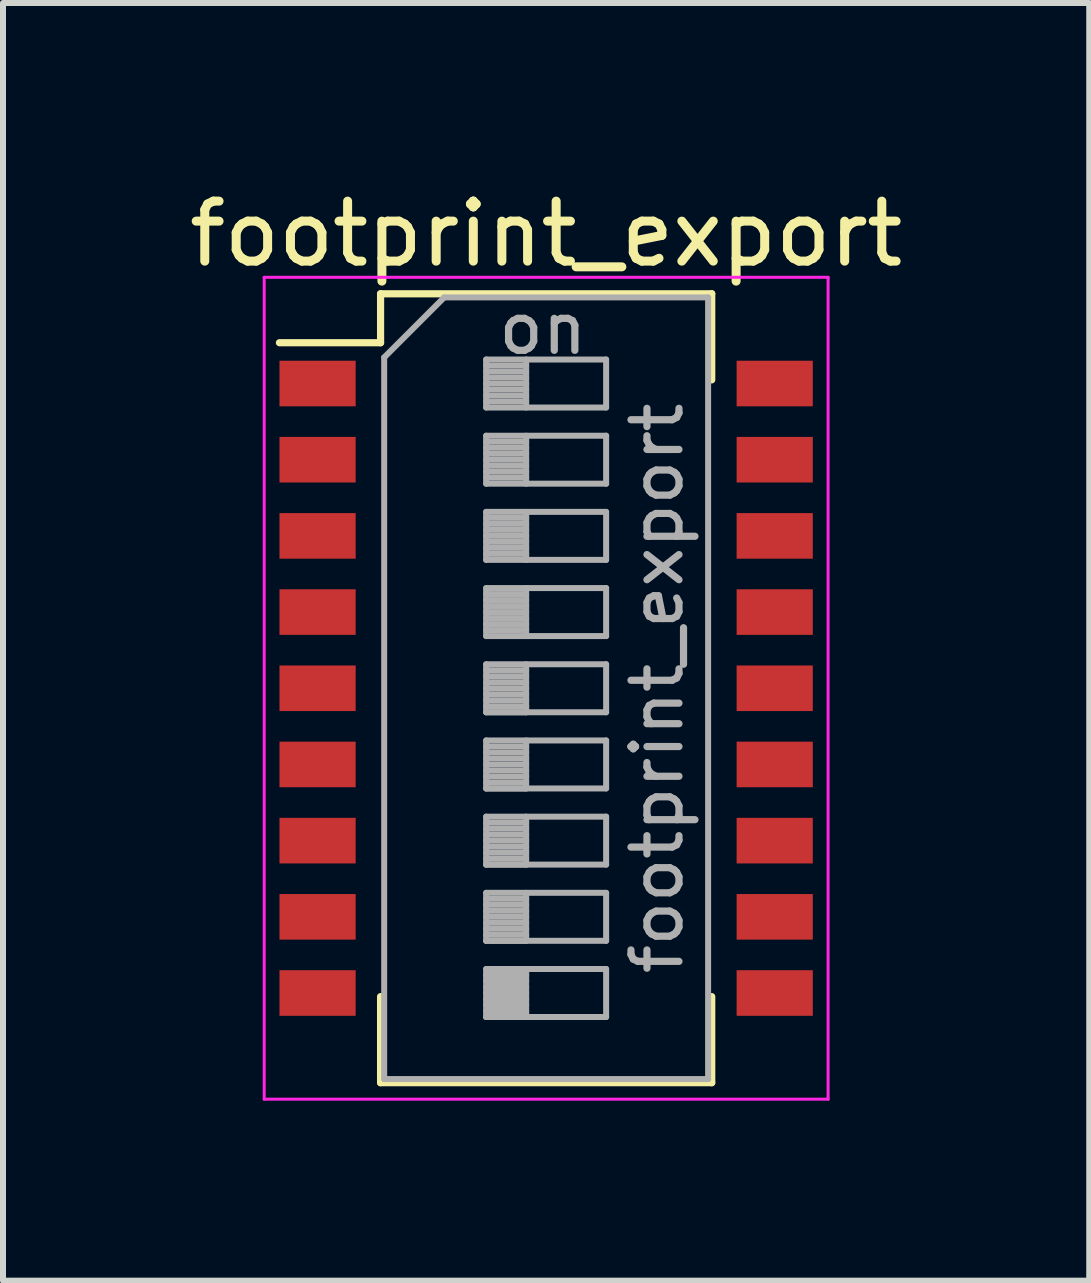
<source format=kicad_pcb>
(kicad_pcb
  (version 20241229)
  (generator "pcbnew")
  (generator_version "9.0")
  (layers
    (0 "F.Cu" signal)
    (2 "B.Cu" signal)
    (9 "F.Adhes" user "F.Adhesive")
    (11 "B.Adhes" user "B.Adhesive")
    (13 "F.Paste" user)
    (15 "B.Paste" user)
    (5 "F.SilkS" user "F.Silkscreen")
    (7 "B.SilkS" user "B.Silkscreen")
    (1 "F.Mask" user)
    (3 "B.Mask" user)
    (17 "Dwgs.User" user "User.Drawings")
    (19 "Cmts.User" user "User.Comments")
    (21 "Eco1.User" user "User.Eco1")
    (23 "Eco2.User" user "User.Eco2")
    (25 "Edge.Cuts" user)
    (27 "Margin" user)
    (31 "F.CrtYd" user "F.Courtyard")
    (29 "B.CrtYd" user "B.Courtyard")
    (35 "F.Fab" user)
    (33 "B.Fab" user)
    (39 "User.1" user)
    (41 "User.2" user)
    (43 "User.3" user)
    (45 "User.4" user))
  (footprint "footprint_export"
    (layer "F.Cu")
    (at 6.054 8.423)
    (property "Reference" "footprint_export" (at 0 -7.575 0) (layer "F.SilkS") (effects (font (size 1 1) (thickness 0.15))))
    (attr smd)
    (fp_line (start -4.446 -5.76) (end -2.76 -5.76) (stroke (width 0.12) (type solid)) (layer "F.SilkS"))
    (fp_line (start -2.76 -6.576) (end -2.76 -5.76) (stroke (width 0.12) (type solid)) (layer "F.SilkS"))
    (fp_line (start -2.76 -6.576) (end 2.76 -6.576) (stroke (width 0.12) (type solid)) (layer "F.SilkS"))
    (fp_line (start -2.76 5.14) (end -2.76 6.575) (stroke (width 0.12) (type solid)) (layer "F.SilkS"))
    (fp_line (start -2.76 6.575) (end 2.76 6.575) (stroke (width 0.12) (type solid)) (layer "F.SilkS"))
    (fp_line (start 2.76 -6.576) (end 2.76 -5.141) (stroke (width 0.12) (type solid)) (layer "F.SilkS"))
    (fp_line (start 2.76 5.14) (end 2.76 6.575) (stroke (width 0.12) (type solid)) (layer "F.SilkS"))
    (fp_line (start -4.7 -6.85) (end -4.7 6.85) (stroke (width 0.05) (type solid)) (layer "F.CrtYd"))
    (fp_line (start -4.7 6.85) (end 4.7 6.85) (stroke (width 0.05) (type solid)) (layer "F.CrtYd"))
    (fp_line (start 4.7 -6.85) (end -4.7 -6.85) (stroke (width 0.05) (type solid)) (layer "F.CrtYd"))
    (fp_line (start 4.7 6.85) (end 4.7 -6.85) (stroke (width 0.05) (type solid)) (layer "F.CrtYd"))
    (fp_line (start -2.7 -5.515) (end -1.7 -6.515) (stroke (width 0.1) (type solid)) (layer "F.Fab"))
    (fp_line (start -2.7 6.515) (end -2.7 -5.515) (stroke (width 0.1) (type solid)) (layer "F.Fab"))
    (fp_line (start -1.7 -6.515) (end 2.7 -6.515) (stroke (width 0.1) (type solid)) (layer "F.Fab"))
    (fp_line (start -1 -5.48) (end -1 -4.68) (stroke (width 0.1) (type solid)) (layer "F.Fab"))
    (fp_line (start -1 -5.38) (end -0.333 -5.38) (stroke (width 0.1) (type solid)) (layer "F.Fab"))
    (fp_line (start -1 -5.28) (end -0.333 -5.28) (stroke (width 0.1) (type solid)) (layer "F.Fab"))
    (fp_line (start -1 -5.18) (end -0.333 -5.18) (stroke (width 0.1) (type solid)) (layer "F.Fab"))
    (fp_line (start -1 -5.08) (end -0.333 -5.08) (stroke (width 0.1) (type solid)) (layer "F.Fab"))
    (fp_line (start -1 -4.98) (end -0.333 -4.98) (stroke (width 0.1) (type solid)) (layer "F.Fab"))
    (fp_line (start -1 -4.88) (end -0.333 -4.88) (stroke (width 0.1) (type solid)) (layer "F.Fab"))
    (fp_line (start -1 -4.78) (end -0.333 -4.78) (stroke (width 0.1) (type solid)) (layer "F.Fab"))
    (fp_line (start -1 -4.68) (end 1 -4.68) (stroke (width 0.1) (type solid)) (layer "F.Fab"))
    (fp_line (start -1 -4.21) (end -1 -3.41) (stroke (width 0.1) (type solid)) (layer "F.Fab"))
    (fp_line (start -1 -4.11) (end -0.333 -4.11) (stroke (width 0.1) (type solid)) (layer "F.Fab"))
    (fp_line (start -1 -4.01) (end -0.333 -4.01) (stroke (width 0.1) (type solid)) (layer "F.Fab"))
    (fp_line (start -1 -3.91) (end -0.333 -3.91) (stroke (width 0.1) (type solid)) (layer "F.Fab"))
    (fp_line (start -1 -3.81) (end -0.333 -3.81) (stroke (width 0.1) (type solid)) (layer "F.Fab"))
    (fp_line (start -1 -3.71) (end -0.333 -3.71) (stroke (width 0.1) (type solid)) (layer "F.Fab"))
    (fp_line (start -1 -3.61) (end -0.333 -3.61) (stroke (width 0.1) (type solid)) (layer "F.Fab"))
    (fp_line (start -1 -3.51) (end -0.333 -3.51) (stroke (width 0.1) (type solid)) (layer "F.Fab"))
    (fp_line (start -1 -3.41) (end 1 -3.41) (stroke (width 0.1) (type solid)) (layer "F.Fab"))
    (fp_line (start -1 -2.94) (end -1 -2.14) (stroke (width 0.1) (type solid)) (layer "F.Fab"))
    (fp_line (start -1 -2.84) (end -0.333 -2.84) (stroke (width 0.1) (type solid)) (layer "F.Fab"))
    (fp_line (start -1 -2.74) (end -0.333 -2.74) (stroke (width 0.1) (type solid)) (layer "F.Fab"))
    (fp_line (start -1 -2.64) (end -0.333 -2.64) (stroke (width 0.1) (type solid)) (layer "F.Fab"))
    (fp_line (start -1 -2.54) (end -0.333 -2.54) (stroke (width 0.1) (type solid)) (layer "F.Fab"))
    (fp_line (start -1 -2.44) (end -0.333 -2.44) (stroke (width 0.1) (type solid)) (layer "F.Fab"))
    (fp_line (start -1 -2.34) (end -0.333 -2.34) (stroke (width 0.1) (type solid)) (layer "F.Fab"))
    (fp_line (start -1 -2.24) (end -0.333 -2.24) (stroke (width 0.1) (type solid)) (layer "F.Fab"))
    (fp_line (start -1 -2.14) (end 1 -2.14) (stroke (width 0.1) (type solid)) (layer "F.Fab"))
    (fp_line (start -1 -1.67) (end -1 -0.87) (stroke (width 0.1) (type solid)) (layer "F.Fab"))
    (fp_line (start -1 -1.57) (end -0.333 -1.57) (stroke (width 0.1) (type solid)) (layer "F.Fab"))
    (fp_line (start -1 -1.47) (end -0.333 -1.47) (stroke (width 0.1) (type solid)) (layer "F.Fab"))
    (fp_line (start -1 -1.37) (end -0.333 -1.37) (stroke (width 0.1) (type solid)) (layer "F.Fab"))
    (fp_line (start -1 -1.27) (end -0.333 -1.27) (stroke (width 0.1) (type solid)) (layer "F.Fab"))
    (fp_line (start -1 -1.17) (end -0.333 -1.17) (stroke (width 0.1) (type solid)) (layer "F.Fab"))
    (fp_line (start -1 -1.07) (end -0.333 -1.07) (stroke (width 0.1) (type solid)) (layer "F.Fab"))
    (fp_line (start -1 -0.97) (end -0.333 -0.97) (stroke (width 0.1) (type solid)) (layer "F.Fab"))
    (fp_line (start -1 -0.87) (end 1 -0.87) (stroke (width 0.1) (type solid)) (layer "F.Fab"))
    (fp_line (start -1 -0.4) (end -1 0.4) (stroke (width 0.1) (type solid)) (layer "F.Fab"))
    (fp_line (start -1 -0.3) (end -0.333 -0.3) (stroke (width 0.1) (type solid)) (layer "F.Fab"))
    (fp_line (start -1 -0.2) (end -0.333 -0.2) (stroke (width 0.1) (type solid)) (layer "F.Fab"))
    (fp_line (start -1 -0.1) (end -0.333 -0.1) (stroke (width 0.1) (type solid)) (layer "F.Fab"))
    (fp_line (start -1 0) (end -0.333 0) (stroke (width 0.1) (type solid)) (layer "F.Fab"))
    (fp_line (start -1 0.1) (end -0.333 0.1) (stroke (width 0.1) (type solid)) (layer "F.Fab"))
    (fp_line (start -1 0.2) (end -0.333 0.2) (stroke (width 0.1) (type solid)) (layer "F.Fab"))
    (fp_line (start -1 0.3) (end -0.333 0.3) (stroke (width 0.1) (type solid)) (layer "F.Fab"))
    (fp_line (start -1 0.4) (end -0.333 0.4) (stroke (width 0.1) (type solid)) (layer "F.Fab"))
    (fp_line (start -1 0.4) (end 1 0.4) (stroke (width 0.1) (type solid)) (layer "F.Fab"))
    (fp_line (start -1 0.87) (end -1 1.67) (stroke (width 0.1) (type solid)) (layer "F.Fab"))
    (fp_line (start -1 0.97) (end -0.333 0.97) (stroke (width 0.1) (type solid)) (layer "F.Fab"))
    (fp_line (start -1 1.07) (end -0.333 1.07) (stroke (width 0.1) (type solid)) (layer "F.Fab"))
    (fp_line (start -1 1.17) (end -0.333 1.17) (stroke (width 0.1) (type solid)) (layer "F.Fab"))
    (fp_line (start -1 1.27) (end -0.333 1.27) (stroke (width 0.1) (type solid)) (layer "F.Fab"))
    (fp_line (start -1 1.37) (end -0.333 1.37) (stroke (width 0.1) (type solid)) (layer "F.Fab"))
    (fp_line (start -1 1.47) (end -0.333 1.47) (stroke (width 0.1) (type solid)) (layer "F.Fab"))
    (fp_line (start -1 1.57) (end -0.333 1.57) (stroke (width 0.1) (type solid)) (layer "F.Fab"))
    (fp_line (start -1 1.67) (end -0.333 1.67) (stroke (width 0.1) (type solid)) (layer "F.Fab"))
    (fp_line (start -1 1.67) (end 1 1.67) (stroke (width 0.1) (type solid)) (layer "F.Fab"))
    (fp_line (start -1 2.14) (end -1 2.94) (stroke (width 0.1) (type solid)) (layer "F.Fab"))
    (fp_line (start -1 2.24) (end -0.333 2.24) (stroke (width 0.1) (type solid)) (layer "F.Fab"))
    (fp_line (start -1 2.34) (end -0.333 2.34) (stroke (width 0.1) (type solid)) (layer "F.Fab"))
    (fp_line (start -1 2.44) (end -0.333 2.44) (stroke (width 0.1) (type solid)) (layer "F.Fab"))
    (fp_line (start -1 2.54) (end -0.333 2.54) (stroke (width 0.1) (type solid)) (layer "F.Fab"))
    (fp_line (start -1 2.64) (end -0.333 2.64) (stroke (width 0.1) (type solid)) (layer "F.Fab"))
    (fp_line (start -1 2.74) (end -0.333 2.74) (stroke (width 0.1) (type solid)) (layer "F.Fab"))
    (fp_line (start -1 2.84) (end -0.333 2.84) (stroke (width 0.1) (type solid)) (layer "F.Fab"))
    (fp_line (start -1 2.94) (end -0.333 2.94) (stroke (width 0.1) (type solid)) (layer "F.Fab"))
    (fp_line (start -1 2.94) (end 1 2.94) (stroke (width 0.1) (type solid)) (layer "F.Fab"))
    (fp_line (start -1 3.41) (end -1 4.21) (stroke (width 0.1) (type solid)) (layer "F.Fab"))
    (fp_line (start -1 3.51) (end -0.333 3.51) (stroke (width 0.1) (type solid)) (layer "F.Fab"))
    (fp_line (start -1 3.61) (end -0.333 3.61) (stroke (width 0.1) (type solid)) (layer "F.Fab"))
    (fp_line (start -1 3.71) (end -0.333 3.71) (stroke (width 0.1) (type solid)) (layer "F.Fab"))
    (fp_line (start -1 3.81) (end -0.333 3.81) (stroke (width 0.1) (type solid)) (layer "F.Fab"))
    (fp_line (start -1 3.91) (end -0.333 3.91) (stroke (width 0.1) (type solid)) (layer "F.Fab"))
    (fp_line (start -1 4.01) (end -0.333 4.01) (stroke (width 0.1) (type solid)) (layer "F.Fab"))
    (fp_line (start -1 4.11) (end -0.333 4.11) (stroke (width 0.1) (type solid)) (layer "F.Fab"))
    (fp_line (start -1 4.21) (end -0.333 4.21) (stroke (width 0.1) (type solid)) (layer "F.Fab"))
    (fp_line (start -1 4.21) (end 1 4.21) (stroke (width 0.1) (type solid)) (layer "F.Fab"))
    (fp_line (start -1 4.68) (end -1 5.48) (stroke (width 0.1) (type solid)) (layer "F.Fab"))
    (fp_line (start -1 4.78) (end -0.333 4.78) (stroke (width 0.1) (type solid)) (layer "F.Fab"))
    (fp_line (start -1 4.88) (end -0.333 4.88) (stroke (width 0.1) (type solid)) (layer "F.Fab"))
    (fp_line (start -1 4.98) (end -0.333 4.98) (stroke (width 0.1) (type solid)) (layer "F.Fab"))
    (fp_line (start -1 5.08) (end -0.333 5.08) (stroke (width 0.1) (type solid)) (layer "F.Fab"))
    (fp_line (start -1 5.18) (end -0.333 5.18) (stroke (width 0.1) (type solid)) (layer "F.Fab"))
    (fp_line (start -1 5.28) (end -0.333 5.28) (stroke (width 0.1) (type solid)) (layer "F.Fab"))
    (fp_line (start -1 5.38) (end -0.333 5.38) (stroke (width 0.1) (type solid)) (layer "F.Fab"))
    (fp_line (start -1 5.48) (end -0.333 5.48) (stroke (width 0.1) (type solid)) (layer "F.Fab"))
    (fp_line (start -1 5.48) (end 1 5.48) (stroke (width 0.1) (type solid)) (layer "F.Fab"))
    (fp_line (start -0.333 -5.48) (end -0.333 -4.68) (stroke (width 0.1) (type solid)) (layer "F.Fab"))
    (fp_line (start -0.333 -4.21) (end -0.333 -3.41) (stroke (width 0.1) (type solid)) (layer "F.Fab"))
    (fp_line (start -0.333 -2.94) (end -0.333 -2.14) (stroke (width 0.1) (type solid)) (layer "F.Fab"))
    (fp_line (start -0.333 -1.67) (end -0.333 -0.87) (stroke (width 0.1) (type solid)) (layer "F.Fab"))
    (fp_line (start -0.333 -0.4) (end -0.333 0.4) (stroke (width 0.1) (type solid)) (layer "F.Fab"))
    (fp_line (start -0.333 0.87) (end -0.333 1.67) (stroke (width 0.1) (type solid)) (layer "F.Fab"))
    (fp_line (start -0.333 2.14) (end -0.333 2.94) (stroke (width 0.1) (type solid)) (layer "F.Fab"))
    (fp_line (start -0.333 3.41) (end -0.333 4.21) (stroke (width 0.1) (type solid)) (layer "F.Fab"))
    (fp_line (start -0.333 4.68) (end -0.333 5.48) (stroke (width 0.1) (type solid)) (layer "F.Fab"))
    (fp_line (start 1 -5.48) (end -1 -5.48) (stroke (width 0.1) (type solid)) (layer "F.Fab"))
    (fp_line (start 1 -4.68) (end 1 -5.48) (stroke (width 0.1) (type solid)) (layer "F.Fab"))
    (fp_line (start 1 -4.21) (end -1 -4.21) (stroke (width 0.1) (type solid)) (layer "F.Fab"))
    (fp_line (start 1 -3.41) (end 1 -4.21) (stroke (width 0.1) (type solid)) (layer "F.Fab"))
    (fp_line (start 1 -2.94) (end -1 -2.94) (stroke (width 0.1) (type solid)) (layer "F.Fab"))
    (fp_line (start 1 -2.14) (end 1 -2.94) (stroke (width 0.1) (type solid)) (layer "F.Fab"))
    (fp_line (start 1 -1.67) (end -1 -1.67) (stroke (width 0.1) (type solid)) (layer "F.Fab"))
    (fp_line (start 1 -0.87) (end 1 -1.67) (stroke (width 0.1) (type solid)) (layer "F.Fab"))
    (fp_line (start 1 -0.4) (end -1 -0.4) (stroke (width 0.1) (type solid)) (layer "F.Fab"))
    (fp_line (start 1 0.4) (end 1 -0.4) (stroke (width 0.1) (type solid)) (layer "F.Fab"))
    (fp_line (start 1 0.87) (end -1 0.87) (stroke (width 0.1) (type solid)) (layer "F.Fab"))
    (fp_line (start 1 1.67) (end 1 0.87) (stroke (width 0.1) (type solid)) (layer "F.Fab"))
    (fp_line (start 1 2.14) (end -1 2.14) (stroke (width 0.1) (type solid)) (layer "F.Fab"))
    (fp_line (start 1 2.94) (end 1 2.14) (stroke (width 0.1) (type solid)) (layer "F.Fab"))
    (fp_line (start 1 3.41) (end -1 3.41) (stroke (width 0.1) (type solid)) (layer "F.Fab"))
    (fp_line (start 1 4.21) (end 1 3.41) (stroke (width 0.1) (type solid)) (layer "F.Fab"))
    (fp_line (start 1 4.68) (end -1 4.68) (stroke (width 0.1) (type solid)) (layer "F.Fab"))
    (fp_line (start 1 5.48) (end 1 4.68) (stroke (width 0.1) (type solid)) (layer "F.Fab"))
    (fp_line (start 2.7 -6.515) (end 2.7 6.515) (stroke (width 0.1) (type solid)) (layer "F.Fab"))
    (fp_line (start 2.7 6.515) (end -2.7 6.515) (stroke (width 0.1) (type solid)) (layer "F.Fab"))
    (fp_text user "${REFERENCE}" (at 1.85 0 90) (layer "F.Fab") (effects (font (size 0.8 0.8) (thickness 0.12))))
    (fp_text user "on" (at -0.055 -5.997 0) (layer "F.Fab") (effects (font (size 0.8 0.8) (thickness 0.12))))
    (pad "1" smd rect (at -3.81 -5.08) (size 1.27 0.76) (layers "F.Cu" "F.Mask" "F.Paste"))
    (pad "2" smd rect (at -3.81 -3.81) (size 1.27 0.76) (layers "F.Cu" "F.Mask" "F.Paste"))
    (pad "3" smd rect (at -3.81 -2.54) (size 1.27 0.76) (layers "F.Cu" "F.Mask" "F.Paste"))
    (pad "4" smd rect (at -3.81 -1.27) (size 1.27 0.76) (layers "F.Cu" "F.Mask" "F.Paste"))
    (pad "5" smd rect (at -3.81 0) (size 1.27 0.76) (layers "F.Cu" "F.Mask" "F.Paste"))
    (pad "6" smd rect (at -3.81 1.27) (size 1.27 0.76) (layers "F.Cu" "F.Mask" "F.Paste"))
    (pad "7" smd rect (at -3.81 2.54) (size 1.27 0.76) (layers "F.Cu" "F.Mask" "F.Paste"))
    (pad "8" smd rect (at -3.81 3.81) (size 1.27 0.76) (layers "F.Cu" "F.Mask" "F.Paste"))
    (pad "9" smd rect (at -3.81 5.08) (size 1.27 0.76) (layers "F.Cu" "F.Mask" "F.Paste"))
    (pad "10" smd rect (at 3.81 5.08) (size 1.27 0.76) (layers "F.Cu" "F.Mask" "F.Paste"))
    (pad "11" smd rect (at 3.81 3.81) (size 1.27 0.76) (layers "F.Cu" "F.Mask" "F.Paste"))
    (pad "12" smd rect (at 3.81 2.54) (size 1.27 0.76) (layers "F.Cu" "F.Mask" "F.Paste"))
    (pad "13" smd rect (at 3.81 1.27) (size 1.27 0.76) (layers "F.Cu" "F.Mask" "F.Paste"))
    (pad "14" smd rect (at 3.81 0) (size 1.27 0.76) (layers "F.Cu" "F.Mask" "F.Paste"))
    (pad "15" smd rect (at 3.81 -1.27) (size 1.27 0.76) (layers "F.Cu" "F.Mask" "F.Paste"))
    (pad "16" smd rect (at 3.81 -2.54) (size 1.27 0.76) (layers "F.Cu" "F.Mask" "F.Paste"))
    (pad "17" smd rect (at 3.81 -3.81) (size 1.27 0.76) (layers "F.Cu" "F.Mask" "F.Paste"))
    (pad "18" smd rect (at 3.81 -5.08) (size 1.27 0.76) (layers "F.Cu" "F.Mask" "F.Paste")))
  (gr_rect
    (start -3 -3)
    (end 15.107 18.298)
    (stroke (width 0.1) (type default))
    (fill no)
    (layer "Edge.Cuts")))
</source>
